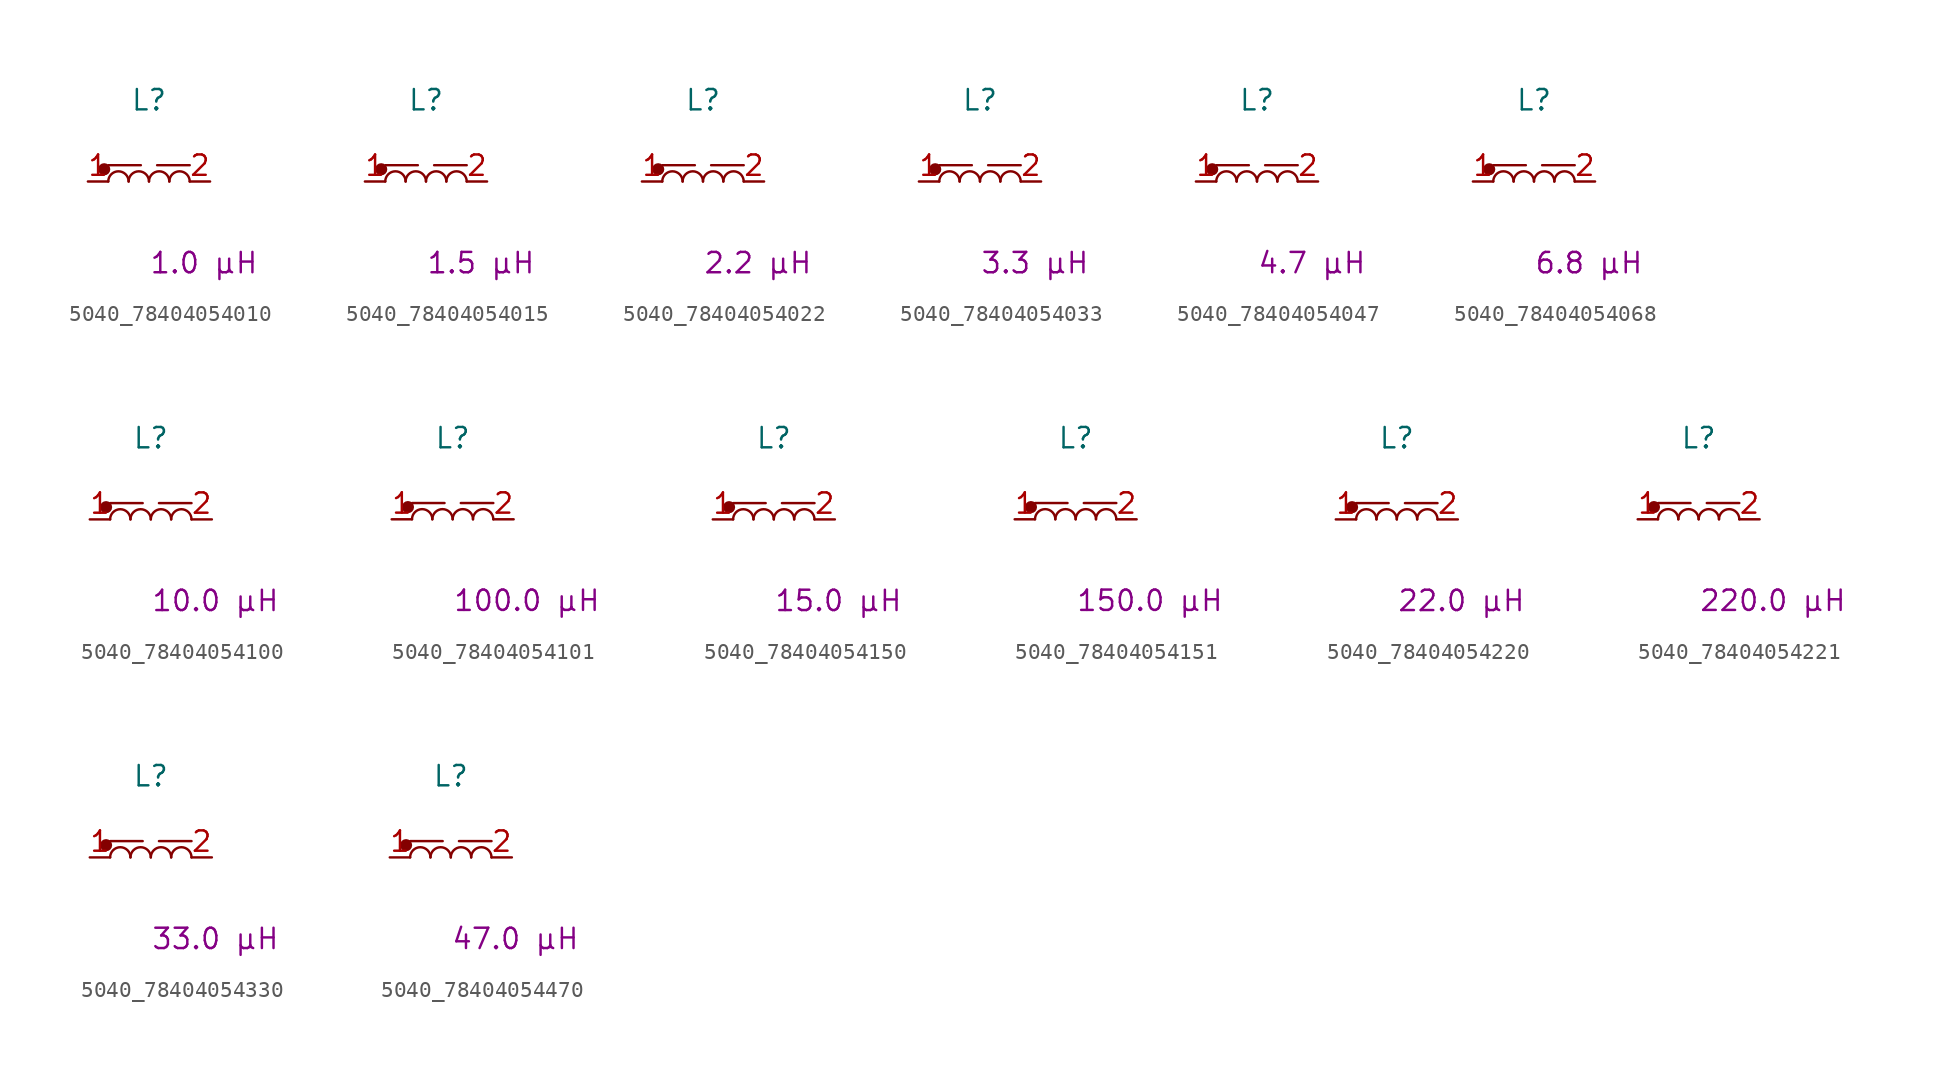
<source format=kicad_sym>
(kicad_symbol_lib
  (version 20220914)
  (generator kicad_symbol_editor)
  (symbol "5040_78404054010"
    (pin_names hide)
    (property "Reference" "L"
      (at 0 5.08 0)
      (effects (font (size 1.27 1.27))))
    (property "Critical Parameter" "1.0 µH"
      (at 0 -5.08 0)
      (effects (font (size 1.27 1.27)) (justify left)))
    (symbol "5040_78404054010_0_1"
      (arc (start -1.27 0) (mid -1.905 0.6323) (end -2.54 0) (stroke (width 0) (type default)) (fill (type none)))
      (arc (start 0 0) (mid -0.635 0.6323) (end -1.27 0) (stroke (width 0) (type default)) (fill (type none)))
      (polyline (pts (xy -2.54 1.016) (xy -0.508 1.016)) (stroke (width 0) (type default)) (fill (type none)))
      (arc (start 1.27 0) (mid 0.635 0.6323) (end 0 0) (stroke (width 0) (type default)) (fill (type none)))
      (arc (start 2.54 0) (mid 1.905 0.6323) (end 1.27 0) (stroke (width 0) (type default)) (fill (type none))))
    (symbol "5040_78404054010_1_1"
      (circle (center -2.794 0.762) (radius 0.0001) (stroke (width 0.381) (type default)) (fill (type none)))
      (polyline (pts (xy 2.54 1.016) (xy 0.508 1.016)) (stroke (width 0) (type default)) (fill (type none)))
      (pin passive line (at -3.81 0 0) (length 1.27) (name "1" (effects (font (size 1.27 1.27)))) (number "1" (effects (font (size 1.27 1.27)))))
      (pin passive line (at 3.81 0 180) (length 1.27) (name "2" (effects (font (size 1.27 1.27)))) (number "2" (effects (font (size 1.27 1.27)))))))
  (symbol "5040_78404054015"
    (pin_names hide)
    (property "Reference" "L"
      (at 0 5.08 0)
      (effects (font (size 1.27 1.27))))
    (property "Critical Parameter" "1.5 µH"
      (at 0 -5.08 0)
      (effects (font (size 1.27 1.27)) (justify left)))
    (symbol "5040_78404054015_0_1"
      (arc (start -1.27 0) (mid -1.905 0.6323) (end -2.54 0) (stroke (width 0) (type default)) (fill (type none)))
      (arc (start 0 0) (mid -0.635 0.6323) (end -1.27 0) (stroke (width 0) (type default)) (fill (type none)))
      (polyline (pts (xy -2.54 1.016) (xy -0.508 1.016)) (stroke (width 0) (type default)) (fill (type none)))
      (arc (start 1.27 0) (mid 0.635 0.6323) (end 0 0) (stroke (width 0) (type default)) (fill (type none)))
      (arc (start 2.54 0) (mid 1.905 0.6323) (end 1.27 0) (stroke (width 0) (type default)) (fill (type none))))
    (symbol "5040_78404054015_1_1"
      (circle (center -2.794 0.762) (radius 0.0001) (stroke (width 0.381) (type default)) (fill (type none)))
      (polyline (pts (xy 2.54 1.016) (xy 0.508 1.016)) (stroke (width 0) (type default)) (fill (type none)))
      (pin passive line (at -3.81 0 0) (length 1.27) (name "1" (effects (font (size 1.27 1.27)))) (number "1" (effects (font (size 1.27 1.27)))))
      (pin passive line (at 3.81 0 180) (length 1.27) (name "2" (effects (font (size 1.27 1.27)))) (number "2" (effects (font (size 1.27 1.27)))))))
  (symbol "5040_78404054022"
    (pin_names hide)
    (property "Reference" "L"
      (at 0 5.08 0)
      (effects (font (size 1.27 1.27))))
    (property "Critical Parameter" "2.2 µH"
      (at 0 -5.08 0)
      (effects (font (size 1.27 1.27)) (justify left)))
    (symbol "5040_78404054022_0_1"
      (arc (start -1.27 0) (mid -1.905 0.6323) (end -2.54 0) (stroke (width 0) (type default)) (fill (type none)))
      (arc (start 0 0) (mid -0.635 0.6323) (end -1.27 0) (stroke (width 0) (type default)) (fill (type none)))
      (polyline (pts (xy -2.54 1.016) (xy -0.508 1.016)) (stroke (width 0) (type default)) (fill (type none)))
      (arc (start 1.27 0) (mid 0.635 0.6323) (end 0 0) (stroke (width 0) (type default)) (fill (type none)))
      (arc (start 2.54 0) (mid 1.905 0.6323) (end 1.27 0) (stroke (width 0) (type default)) (fill (type none))))
    (symbol "5040_78404054022_1_1"
      (circle (center -2.794 0.762) (radius 0.0001) (stroke (width 0.381) (type default)) (fill (type none)))
      (polyline (pts (xy 2.54 1.016) (xy 0.508 1.016)) (stroke (width 0) (type default)) (fill (type none)))
      (pin passive line (at -3.81 0 0) (length 1.27) (name "1" (effects (font (size 1.27 1.27)))) (number "1" (effects (font (size 1.27 1.27)))))
      (pin passive line (at 3.81 0 180) (length 1.27) (name "2" (effects (font (size 1.27 1.27)))) (number "2" (effects (font (size 1.27 1.27)))))))
  (symbol "5040_78404054033"
    (pin_names hide)
    (property "Reference" "L"
      (at 0 5.08 0)
      (effects (font (size 1.27 1.27))))
    (property "Critical Parameter" "3.3 µH"
      (at 0 -5.08 0)
      (effects (font (size 1.27 1.27)) (justify left)))
    (symbol "5040_78404054033_0_1"
      (arc (start -1.27 0) (mid -1.905 0.6323) (end -2.54 0) (stroke (width 0) (type default)) (fill (type none)))
      (arc (start 0 0) (mid -0.635 0.6323) (end -1.27 0) (stroke (width 0) (type default)) (fill (type none)))
      (polyline (pts (xy -2.54 1.016) (xy -0.508 1.016)) (stroke (width 0) (type default)) (fill (type none)))
      (arc (start 1.27 0) (mid 0.635 0.6323) (end 0 0) (stroke (width 0) (type default)) (fill (type none)))
      (arc (start 2.54 0) (mid 1.905 0.6323) (end 1.27 0) (stroke (width 0) (type default)) (fill (type none))))
    (symbol "5040_78404054033_1_1"
      (circle (center -2.794 0.762) (radius 0.0001) (stroke (width 0.381) (type default)) (fill (type none)))
      (polyline (pts (xy 2.54 1.016) (xy 0.508 1.016)) (stroke (width 0) (type default)) (fill (type none)))
      (pin passive line (at -3.81 0 0) (length 1.27) (name "1" (effects (font (size 1.27 1.27)))) (number "1" (effects (font (size 1.27 1.27)))))
      (pin passive line (at 3.81 0 180) (length 1.27) (name "2" (effects (font (size 1.27 1.27)))) (number "2" (effects (font (size 1.27 1.27)))))))
  (symbol "5040_78404054047"
    (pin_names hide)
    (property "Reference" "L"
      (at 0 5.08 0)
      (effects (font (size 1.27 1.27))))
    (property "Critical Parameter" "4.7 µH"
      (at 0 -5.08 0)
      (effects (font (size 1.27 1.27)) (justify left)))
    (symbol "5040_78404054047_0_1"
      (arc (start -1.27 0) (mid -1.905 0.6323) (end -2.54 0) (stroke (width 0) (type default)) (fill (type none)))
      (arc (start 0 0) (mid -0.635 0.6323) (end -1.27 0) (stroke (width 0) (type default)) (fill (type none)))
      (polyline (pts (xy -2.54 1.016) (xy -0.508 1.016)) (stroke (width 0) (type default)) (fill (type none)))
      (arc (start 1.27 0) (mid 0.635 0.6323) (end 0 0) (stroke (width 0) (type default)) (fill (type none)))
      (arc (start 2.54 0) (mid 1.905 0.6323) (end 1.27 0) (stroke (width 0) (type default)) (fill (type none))))
    (symbol "5040_78404054047_1_1"
      (circle (center -2.794 0.762) (radius 0.0001) (stroke (width 0.381) (type default)) (fill (type none)))
      (polyline (pts (xy 2.54 1.016) (xy 0.508 1.016)) (stroke (width 0) (type default)) (fill (type none)))
      (pin passive line (at -3.81 0 0) (length 1.27) (name "1" (effects (font (size 1.27 1.27)))) (number "1" (effects (font (size 1.27 1.27)))))
      (pin passive line (at 3.81 0 180) (length 1.27) (name "2" (effects (font (size 1.27 1.27)))) (number "2" (effects (font (size 1.27 1.27)))))))
  (symbol "5040_78404054068"
    (pin_names hide)
    (property "Reference" "L"
      (at 0 5.08 0)
      (effects (font (size 1.27 1.27))))
    (property "Critical Parameter" "6.8 µH"
      (at 0 -5.08 0)
      (effects (font (size 1.27 1.27)) (justify left)))
    (symbol "5040_78404054068_0_1"
      (arc (start -1.27 0) (mid -1.905 0.6323) (end -2.54 0) (stroke (width 0) (type default)) (fill (type none)))
      (arc (start 0 0) (mid -0.635 0.6323) (end -1.27 0) (stroke (width 0) (type default)) (fill (type none)))
      (polyline (pts (xy -2.54 1.016) (xy -0.508 1.016)) (stroke (width 0) (type default)) (fill (type none)))
      (arc (start 1.27 0) (mid 0.635 0.6323) (end 0 0) (stroke (width 0) (type default)) (fill (type none)))
      (arc (start 2.54 0) (mid 1.905 0.6323) (end 1.27 0) (stroke (width 0) (type default)) (fill (type none))))
    (symbol "5040_78404054068_1_1"
      (circle (center -2.794 0.762) (radius 0.0001) (stroke (width 0.381) (type default)) (fill (type none)))
      (polyline (pts (xy 2.54 1.016) (xy 0.508 1.016)) (stroke (width 0) (type default)) (fill (type none)))
      (pin passive line (at -3.81 0 0) (length 1.27) (name "1" (effects (font (size 1.27 1.27)))) (number "1" (effects (font (size 1.27 1.27)))))
      (pin passive line (at 3.81 0 180) (length 1.27) (name "2" (effects (font (size 1.27 1.27)))) (number "2" (effects (font (size 1.27 1.27)))))))
  (symbol "5040_78404054100"
    (pin_names hide)
    (property "Reference" "L"
      (at 0 5.08 0)
      (effects (font (size 1.27 1.27))))
    (property "Critical Parameter" "10.0 µH"
      (at 0 -5.08 0)
      (effects (font (size 1.27 1.27)) (justify left)))
    (symbol "5040_78404054100_0_1"
      (arc (start -1.27 0) (mid -1.905 0.6323) (end -2.54 0) (stroke (width 0) (type default)) (fill (type none)))
      (arc (start 0 0) (mid -0.635 0.6323) (end -1.27 0) (stroke (width 0) (type default)) (fill (type none)))
      (polyline (pts (xy -2.54 1.016) (xy -0.508 1.016)) (stroke (width 0) (type default)) (fill (type none)))
      (arc (start 1.27 0) (mid 0.635 0.6323) (end 0 0) (stroke (width 0) (type default)) (fill (type none)))
      (arc (start 2.54 0) (mid 1.905 0.6323) (end 1.27 0) (stroke (width 0) (type default)) (fill (type none))))
    (symbol "5040_78404054100_1_1"
      (circle (center -2.794 0.762) (radius 0.0001) (stroke (width 0.381) (type default)) (fill (type none)))
      (polyline (pts (xy 2.54 1.016) (xy 0.508 1.016)) (stroke (width 0) (type default)) (fill (type none)))
      (pin passive line (at -3.81 0 0) (length 1.27) (name "1" (effects (font (size 1.27 1.27)))) (number "1" (effects (font (size 1.27 1.27)))))
      (pin passive line (at 3.81 0 180) (length 1.27) (name "2" (effects (font (size 1.27 1.27)))) (number "2" (effects (font (size 1.27 1.27)))))))
  (symbol "5040_78404054101"
    (pin_names hide)
    (property "Reference" "L"
      (at 0 5.08 0)
      (effects (font (size 1.27 1.27))))
    (property "Critical Parameter" "100.0 µH"
      (at 0 -5.08 0)
      (effects (font (size 1.27 1.27)) (justify left)))
    (symbol "5040_78404054101_0_1"
      (arc (start -1.27 0) (mid -1.905 0.6323) (end -2.54 0) (stroke (width 0) (type default)) (fill (type none)))
      (arc (start 0 0) (mid -0.635 0.6323) (end -1.27 0) (stroke (width 0) (type default)) (fill (type none)))
      (polyline (pts (xy -2.54 1.016) (xy -0.508 1.016)) (stroke (width 0) (type default)) (fill (type none)))
      (arc (start 1.27 0) (mid 0.635 0.6323) (end 0 0) (stroke (width 0) (type default)) (fill (type none)))
      (arc (start 2.54 0) (mid 1.905 0.6323) (end 1.27 0) (stroke (width 0) (type default)) (fill (type none))))
    (symbol "5040_78404054101_1_1"
      (circle (center -2.794 0.762) (radius 0.0001) (stroke (width 0.381) (type default)) (fill (type none)))
      (polyline (pts (xy 2.54 1.016) (xy 0.508 1.016)) (stroke (width 0) (type default)) (fill (type none)))
      (pin passive line (at -3.81 0 0) (length 1.27) (name "1" (effects (font (size 1.27 1.27)))) (number "1" (effects (font (size 1.27 1.27)))))
      (pin passive line (at 3.81 0 180) (length 1.27) (name "2" (effects (font (size 1.27 1.27)))) (number "2" (effects (font (size 1.27 1.27)))))))
  (symbol "5040_78404054150"
    (pin_names hide)
    (property "Reference" "L"
      (at 0 5.08 0)
      (effects (font (size 1.27 1.27))))
    (property "Critical Parameter" "15.0 µH"
      (at 0 -5.08 0)
      (effects (font (size 1.27 1.27)) (justify left)))
    (symbol "5040_78404054150_0_1"
      (arc (start -1.27 0) (mid -1.905 0.6323) (end -2.54 0) (stroke (width 0) (type default)) (fill (type none)))
      (arc (start 0 0) (mid -0.635 0.6323) (end -1.27 0) (stroke (width 0) (type default)) (fill (type none)))
      (polyline (pts (xy -2.54 1.016) (xy -0.508 1.016)) (stroke (width 0) (type default)) (fill (type none)))
      (arc (start 1.27 0) (mid 0.635 0.6323) (end 0 0) (stroke (width 0) (type default)) (fill (type none)))
      (arc (start 2.54 0) (mid 1.905 0.6323) (end 1.27 0) (stroke (width 0) (type default)) (fill (type none))))
    (symbol "5040_78404054150_1_1"
      (circle (center -2.794 0.762) (radius 0.0001) (stroke (width 0.381) (type default)) (fill (type none)))
      (polyline (pts (xy 2.54 1.016) (xy 0.508 1.016)) (stroke (width 0) (type default)) (fill (type none)))
      (pin passive line (at -3.81 0 0) (length 1.27) (name "1" (effects (font (size 1.27 1.27)))) (number "1" (effects (font (size 1.27 1.27)))))
      (pin passive line (at 3.81 0 180) (length 1.27) (name "2" (effects (font (size 1.27 1.27)))) (number "2" (effects (font (size 1.27 1.27)))))))
  (symbol "5040_78404054151"
    (pin_names hide)
    (property "Reference" "L"
      (at 0 5.08 0)
      (effects (font (size 1.27 1.27))))
    (property "Critical Parameter" "150.0 µH"
      (at 0 -5.08 0)
      (effects (font (size 1.27 1.27)) (justify left)))
    (symbol "5040_78404054151_0_1"
      (arc (start -1.27 0) (mid -1.905 0.6323) (end -2.54 0) (stroke (width 0) (type default)) (fill (type none)))
      (arc (start 0 0) (mid -0.635 0.6323) (end -1.27 0) (stroke (width 0) (type default)) (fill (type none)))
      (polyline (pts (xy -2.54 1.016) (xy -0.508 1.016)) (stroke (width 0) (type default)) (fill (type none)))
      (arc (start 1.27 0) (mid 0.635 0.6323) (end 0 0) (stroke (width 0) (type default)) (fill (type none)))
      (arc (start 2.54 0) (mid 1.905 0.6323) (end 1.27 0) (stroke (width 0) (type default)) (fill (type none))))
    (symbol "5040_78404054151_1_1"
      (circle (center -2.794 0.762) (radius 0.0001) (stroke (width 0.381) (type default)) (fill (type none)))
      (polyline (pts (xy 2.54 1.016) (xy 0.508 1.016)) (stroke (width 0) (type default)) (fill (type none)))
      (pin passive line (at -3.81 0 0) (length 1.27) (name "1" (effects (font (size 1.27 1.27)))) (number "1" (effects (font (size 1.27 1.27)))))
      (pin passive line (at 3.81 0 180) (length 1.27) (name "2" (effects (font (size 1.27 1.27)))) (number "2" (effects (font (size 1.27 1.27)))))))
  (symbol "5040_78404054220"
    (pin_names hide)
    (property "Reference" "L"
      (at 0 5.08 0)
      (effects (font (size 1.27 1.27))))
    (property "Critical Parameter" "22.0 µH"
      (at 0 -5.08 0)
      (effects (font (size 1.27 1.27)) (justify left)))
    (symbol "5040_78404054220_0_1"
      (arc (start -1.27 0) (mid -1.905 0.6323) (end -2.54 0) (stroke (width 0) (type default)) (fill (type none)))
      (arc (start 0 0) (mid -0.635 0.6323) (end -1.27 0) (stroke (width 0) (type default)) (fill (type none)))
      (polyline (pts (xy -2.54 1.016) (xy -0.508 1.016)) (stroke (width 0) (type default)) (fill (type none)))
      (arc (start 1.27 0) (mid 0.635 0.6323) (end 0 0) (stroke (width 0) (type default)) (fill (type none)))
      (arc (start 2.54 0) (mid 1.905 0.6323) (end 1.27 0) (stroke (width 0) (type default)) (fill (type none))))
    (symbol "5040_78404054220_1_1"
      (circle (center -2.794 0.762) (radius 0.0001) (stroke (width 0.381) (type default)) (fill (type none)))
      (polyline (pts (xy 2.54 1.016) (xy 0.508 1.016)) (stroke (width 0) (type default)) (fill (type none)))
      (pin passive line (at -3.81 0 0) (length 1.27) (name "1" (effects (font (size 1.27 1.27)))) (number "1" (effects (font (size 1.27 1.27)))))
      (pin passive line (at 3.81 0 180) (length 1.27) (name "2" (effects (font (size 1.27 1.27)))) (number "2" (effects (font (size 1.27 1.27)))))))
  (symbol "5040_78404054221"
    (pin_names hide)
    (property "Reference" "L"
      (at 0 5.08 0)
      (effects (font (size 1.27 1.27))))
    (property "Critical Parameter" "220.0 µH"
      (at 0 -5.08 0)
      (effects (font (size 1.27 1.27)) (justify left)))
    (symbol "5040_78404054221_0_1"
      (arc (start -1.27 0) (mid -1.905 0.6323) (end -2.54 0) (stroke (width 0) (type default)) (fill (type none)))
      (arc (start 0 0) (mid -0.635 0.6323) (end -1.27 0) (stroke (width 0) (type default)) (fill (type none)))
      (polyline (pts (xy -2.54 1.016) (xy -0.508 1.016)) (stroke (width 0) (type default)) (fill (type none)))
      (arc (start 1.27 0) (mid 0.635 0.6323) (end 0 0) (stroke (width 0) (type default)) (fill (type none)))
      (arc (start 2.54 0) (mid 1.905 0.6323) (end 1.27 0) (stroke (width 0) (type default)) (fill (type none))))
    (symbol "5040_78404054221_1_1"
      (circle (center -2.794 0.762) (radius 0.0001) (stroke (width 0.381) (type default)) (fill (type none)))
      (polyline (pts (xy 2.54 1.016) (xy 0.508 1.016)) (stroke (width 0) (type default)) (fill (type none)))
      (pin passive line (at -3.81 0 0) (length 1.27) (name "1" (effects (font (size 1.27 1.27)))) (number "1" (effects (font (size 1.27 1.27)))))
      (pin passive line (at 3.81 0 180) (length 1.27) (name "2" (effects (font (size 1.27 1.27)))) (number "2" (effects (font (size 1.27 1.27)))))))
  (symbol "5040_78404054330"
    (pin_names hide)
    (property "Reference" "L"
      (at 0 5.08 0)
      (effects (font (size 1.27 1.27))))
    (property "Critical Parameter" "33.0 µH"
      (at 0 -5.08 0)
      (effects (font (size 1.27 1.27)) (justify left)))
    (symbol "5040_78404054330_0_1"
      (arc (start -1.27 0) (mid -1.905 0.6323) (end -2.54 0) (stroke (width 0) (type default)) (fill (type none)))
      (arc (start 0 0) (mid -0.635 0.6323) (end -1.27 0) (stroke (width 0) (type default)) (fill (type none)))
      (polyline (pts (xy -2.54 1.016) (xy -0.508 1.016)) (stroke (width 0) (type default)) (fill (type none)))
      (arc (start 1.27 0) (mid 0.635 0.6323) (end 0 0) (stroke (width 0) (type default)) (fill (type none)))
      (arc (start 2.54 0) (mid 1.905 0.6323) (end 1.27 0) (stroke (width 0) (type default)) (fill (type none))))
    (symbol "5040_78404054330_1_1"
      (circle (center -2.794 0.762) (radius 0.0001) (stroke (width 0.381) (type default)) (fill (type none)))
      (polyline (pts (xy 2.54 1.016) (xy 0.508 1.016)) (stroke (width 0) (type default)) (fill (type none)))
      (pin passive line (at -3.81 0 0) (length 1.27) (name "1" (effects (font (size 1.27 1.27)))) (number "1" (effects (font (size 1.27 1.27)))))
      (pin passive line (at 3.81 0 180) (length 1.27) (name "2" (effects (font (size 1.27 1.27)))) (number "2" (effects (font (size 1.27 1.27)))))))
  (symbol "5040_78404054470"
    (pin_names hide)
    (property "Reference" "L"
      (at 0 5.08 0)
      (effects (font (size 1.27 1.27))))
    (property "Critical Parameter" "47.0 µH"
      (at 0 -5.08 0)
      (effects (font (size 1.27 1.27)) (justify left)))
    (symbol "5040_78404054470_0_1"
      (arc (start -1.27 0) (mid -1.905 0.6323) (end -2.54 0) (stroke (width 0) (type default)) (fill (type none)))
      (arc (start 0 0) (mid -0.635 0.6323) (end -1.27 0) (stroke (width 0) (type default)) (fill (type none)))
      (polyline (pts (xy -2.54 1.016) (xy -0.508 1.016)) (stroke (width 0) (type default)) (fill (type none)))
      (arc (start 1.27 0) (mid 0.635 0.6323) (end 0 0) (stroke (width 0) (type default)) (fill (type none)))
      (arc (start 2.54 0) (mid 1.905 0.6323) (end 1.27 0) (stroke (width 0) (type default)) (fill (type none))))
    (symbol "5040_78404054470_1_1"
      (circle (center -2.794 0.762) (radius 0.0001) (stroke (width 0.381) (type default)) (fill (type none)))
      (polyline (pts (xy 2.54 1.016) (xy 0.508 1.016)) (stroke (width 0) (type default)) (fill (type none)))
      (pin passive line (at -3.81 0 0) (length 1.27) (name "1" (effects (font (size 1.27 1.27)))) (number "1" (effects (font (size 1.27 1.27)))))
      (pin passive line (at 3.81 0 180) (length 1.27) (name "2" (effects (font (size 1.27 1.27)))) (number "2" (effects (font (size 1.27 1.27))))))))
</source>
